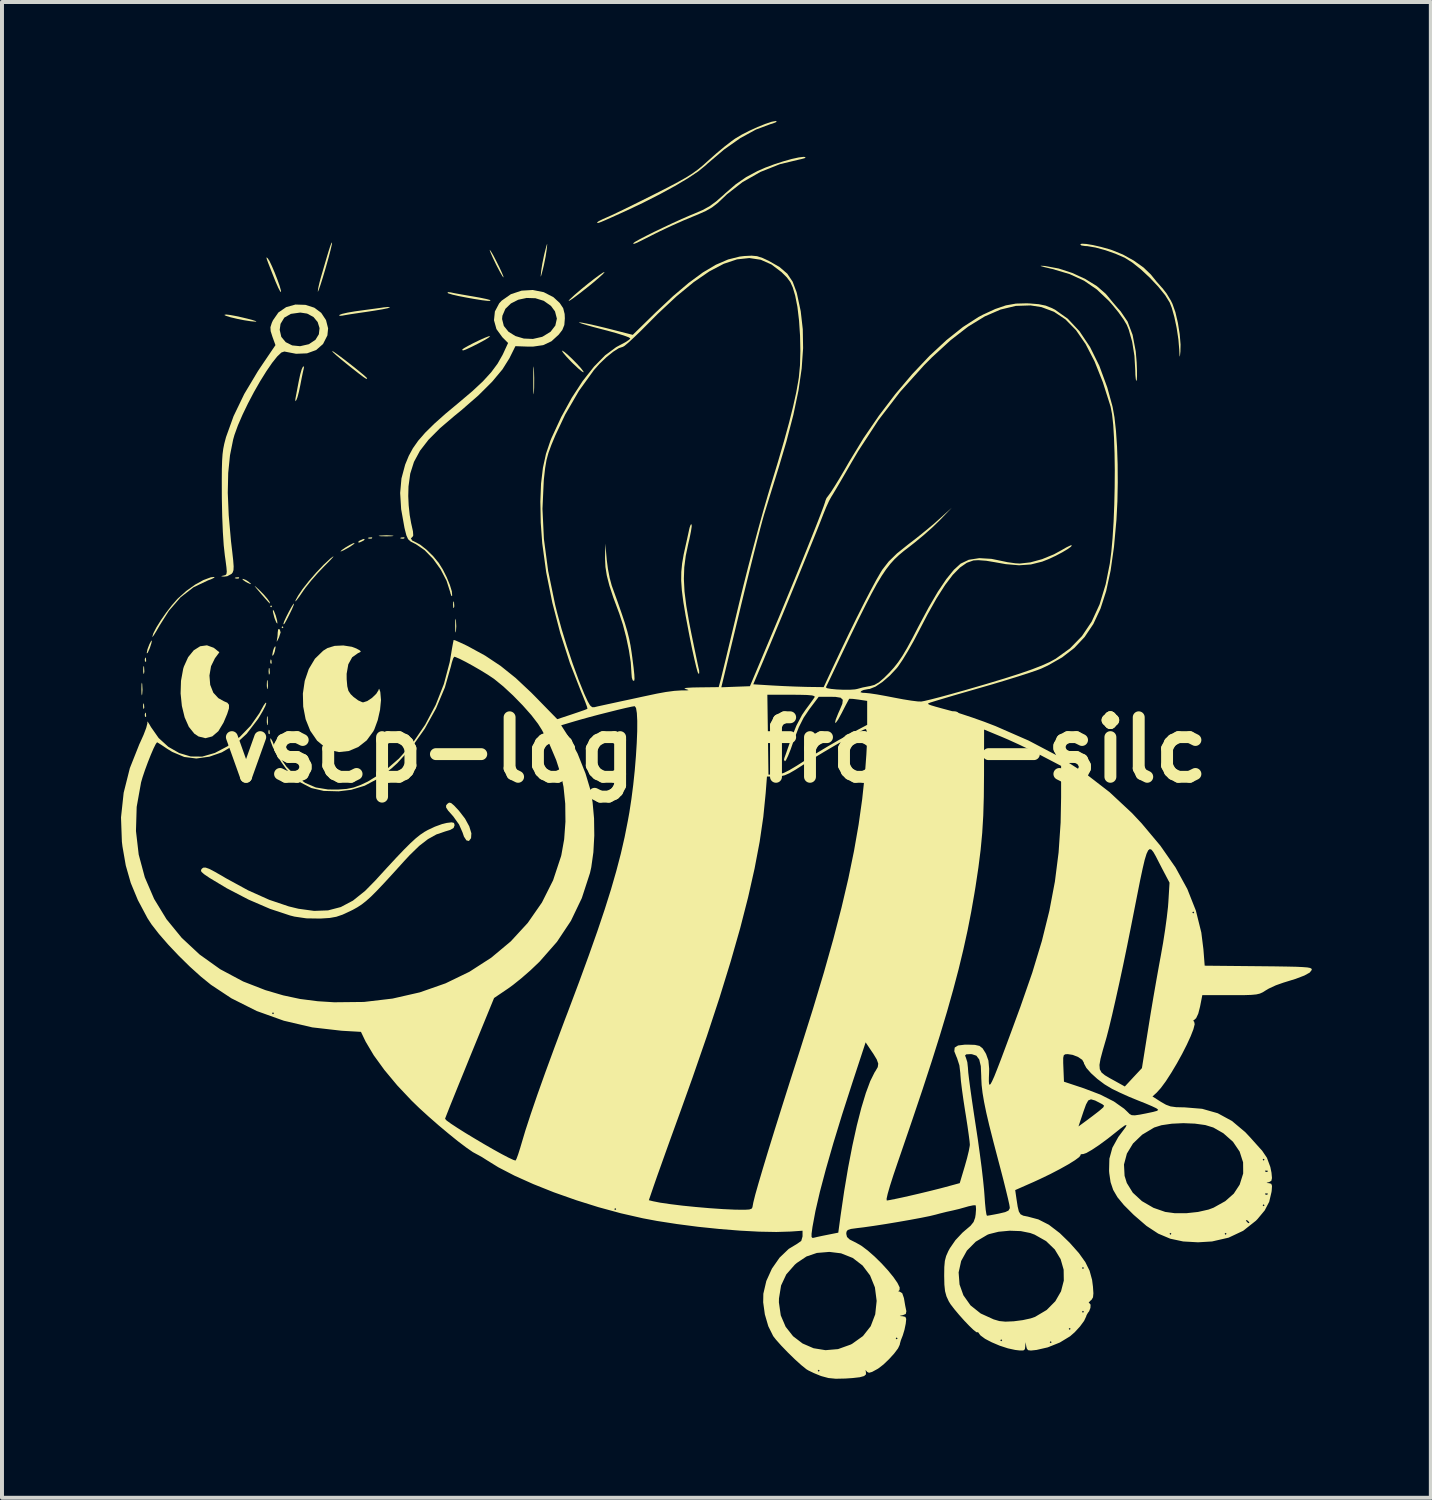
<source format=kicad_pcb>
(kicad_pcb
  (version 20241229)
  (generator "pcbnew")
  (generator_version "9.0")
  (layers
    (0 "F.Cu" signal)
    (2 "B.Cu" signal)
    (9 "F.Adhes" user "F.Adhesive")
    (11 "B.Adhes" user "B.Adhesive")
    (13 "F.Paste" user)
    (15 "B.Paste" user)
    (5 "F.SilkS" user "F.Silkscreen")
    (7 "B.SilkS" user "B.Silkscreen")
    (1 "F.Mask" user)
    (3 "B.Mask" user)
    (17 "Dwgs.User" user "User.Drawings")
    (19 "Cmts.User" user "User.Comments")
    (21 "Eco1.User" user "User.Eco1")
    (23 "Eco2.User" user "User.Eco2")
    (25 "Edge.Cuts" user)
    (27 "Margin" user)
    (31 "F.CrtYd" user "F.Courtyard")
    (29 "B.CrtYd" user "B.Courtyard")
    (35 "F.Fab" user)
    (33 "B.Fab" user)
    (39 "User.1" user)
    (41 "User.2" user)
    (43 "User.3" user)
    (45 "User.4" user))
  (footprint "vscp-logo-front-silc"
    (layer "F.Cu")
    (at 14.973 15.851)
    (property "Reference" "vscp-logo-front-silc" (at 0 0 0) (layer "F.SilkS") (effects (font (size 1.5 1.5) (thickness 0.3))))
    (attr board_only exclude_from_pos_files exclude_from_bom)
    (fp_poly (pts (xy -11.166 -3.618) (xy -11.19 -3.594) (xy -11.214 -3.618) (xy -11.19 -3.642)) (stroke (width 0) (type solid)) (fill yes) (layer "F.SilkS"))
    (fp_poly (pts (xy -10.879 -3.091) (xy -10.903 -3.067) (xy -10.927 -3.091) (xy -10.903 -3.115)) (stroke (width 0) (type solid)) (fill yes) (layer "F.SilkS"))
    (fp_poly (pts (xy -14.394 -1.162) (xy -14.387 -1.064) (xy -14.394 -1.042) (xy -14.411 -1.036) (xy -14.418 -1.102) (xy -14.41 -1.17)) (stroke (width 0) (type solid)) (fill yes) (layer "F.SilkS"))
    (fp_poly (pts (xy -14.345 -2.309) (xy -14.339 -2.234) (xy -14.348 -2.218) (xy -14.37 -2.232) (xy -14.374 -2.28) (xy -14.362 -2.332)) (stroke (width 0) (type solid)) (fill yes) (layer "F.SilkS"))
    (fp_poly (pts (xy -14.345 -0.92) (xy -14.339 -0.845) (xy -14.348 -0.828) (xy -14.37 -0.842) (xy -14.374 -0.891) (xy -14.362 -0.942)) (stroke (width 0) (type solid)) (fill yes) (layer "F.SilkS"))
    (fp_poly (pts (xy -11.994 -4.342) (xy -12.008 -4.32) (xy -12.057 -4.317) (xy -12.108 -4.329) (xy -12.086 -4.346) (xy -12.011 -4.352)) (stroke (width 0) (type solid)) (fill yes) (layer "F.SilkS"))
    (fp_poly (pts (xy -11.23 -0.488) (xy -11.224 -0.413) (xy -11.233 -0.396) (xy -11.255 -0.411) (xy -11.258 -0.459) (xy -11.247 -0.51)) (stroke (width 0) (type solid)) (fill yes) (layer "F.SilkS"))
    (fp_poly (pts (xy -11.182 -2.261) (xy -11.176 -2.187) (xy -11.185 -2.17) (xy -11.207 -2.184) (xy -11.211 -2.232) (xy -11.199 -2.284)) (stroke (width 0) (type solid)) (fill yes) (layer "F.SilkS"))
    (fp_poly (pts (xy -8.639 -5.349) (xy -8.654 -5.327) (xy -8.702 -5.323) (xy -8.753 -5.335) (xy -8.731 -5.352) (xy -8.656 -5.358)) (stroke (width 0) (type solid)) (fill yes) (layer "F.SilkS"))
    (fp_poly (pts (xy -7.825 -5.349) (xy -7.839 -5.327) (xy -7.888 -5.323) (xy -7.939 -5.335) (xy -7.917 -5.352) (xy -7.842 -5.358)) (stroke (width 0) (type solid)) (fill yes) (layer "F.SilkS"))
    (fp_poly (pts (xy -14.439 -1.665) (xy -14.431 -1.511) (xy -14.439 -1.402) (xy -14.449 -1.372) (xy -14.457 -1.426) (xy -14.459 -1.534) (xy -14.456 -1.652) (xy -14.448 -1.696)) (stroke (width 0) (type solid)) (fill yes) (layer "F.SilkS"))
    (fp_poly (pts (xy -14.392 -2.097) (xy -14.385 -1.975) (xy -14.392 -1.929) (xy -14.406 -1.914) (xy -14.414 -1.98) (xy -14.414 -2.013) (xy -14.409 -2.1) (xy -14.397 -2.11)) (stroke (width 0) (type solid)) (fill yes) (layer "F.SilkS"))
    (fp_poly (pts (xy -11.276 -1.737) (xy -11.269 -1.612) (xy -11.277 -1.545) (xy -11.29 -1.534) (xy -11.297 -1.603) (xy -11.298 -1.653) (xy -11.293 -1.746) (xy -11.283 -1.76)) (stroke (width 0) (type solid)) (fill yes) (layer "F.SilkS"))
    (fp_poly (pts (xy -11.276 -0.826) (xy -11.269 -0.701) (xy -11.277 -0.634) (xy -11.29 -0.623) (xy -11.297 -0.692) (xy -11.298 -0.743) (xy -11.293 -0.836) (xy -11.283 -0.85)) (stroke (width 0) (type solid)) (fill yes) (layer "F.SilkS"))
    (fp_poly (pts (xy -11.231 -2.056) (xy -11.229 -2.048) (xy -11.222 -1.943) (xy -11.231 -1.904) (xy -11.247 -1.902) (xy -11.253 -1.978) (xy -11.253 -1.989) (xy -11.246 -2.063)) (stroke (width 0) (type solid)) (fill yes) (layer "F.SilkS"))
    (fp_poly (pts (xy -11.077 -2.588) (xy -11.096 -2.485) (xy -11.118 -2.42) (xy -11.15 -2.368) (xy -11.16 -2.396) (xy -11.141 -2.499) (xy -11.118 -2.564) (xy -11.087 -2.616)) (stroke (width 0) (type solid)) (fill yes) (layer "F.SilkS"))
    (fp_poly (pts (xy -8.834 -5.298) (xy -8.866 -5.272) (xy -8.953 -5.231) (xy -8.986 -5.225) (xy -8.994 -5.245) (xy -8.962 -5.272) (xy -8.875 -5.312) (xy -8.842 -5.318)) (stroke (width 0) (type solid)) (fill yes) (layer "F.SilkS"))
    (fp_poly (pts (xy -6.583 -3.733) (xy -6.58 -3.725) (xy -6.573 -3.621) (xy -6.582 -3.581) (xy -6.598 -3.58) (xy -6.604 -3.655) (xy -6.604 -3.666) (xy -6.597 -3.741)) (stroke (width 0) (type solid)) (fill yes) (layer "F.SilkS"))
    (fp_poly (pts (xy -11.832 -4.286) (xy -11.763 -4.243) (xy -11.697 -4.186) (xy -11.709 -4.178) (xy -11.792 -4.216) (xy -11.837 -4.241) (xy -11.906 -4.289) (xy -11.908 -4.311) (xy -11.906 -4.312)) (stroke (width 0) (type solid)) (fill yes) (layer "F.SilkS"))
    (fp_poly (pts (xy -6.531 -3.271) (xy -6.531 -3.27) (xy -6.523 -3.114) (xy -6.531 -2.982) (xy -6.541 -2.956) (xy -6.548 -3.013) (xy -6.551 -3.139) (xy -6.548 -3.262) (xy -6.541 -3.309)) (stroke (width 0) (type solid)) (fill yes) (layer "F.SilkS"))
    (fp_poly (pts (xy -8.135 -5.402) (xy -8.099 -5.393) (xy -8.148 -5.386) (xy -8.271 -5.383) (xy -8.291 -5.383) (xy -8.423 -5.385) (xy -8.481 -5.392) (xy -8.456 -5.401) (xy -8.447 -5.402) (xy -8.279 -5.41)) (stroke (width 0) (type solid)) (fill yes) (layer "F.SilkS"))
    (fp_poly (pts (xy -14.206 -2.693) (xy -14.245 -2.572) (xy -14.258 -2.54) (xy -14.298 -2.451) (xy -14.321 -2.432) (xy -14.324 -2.444) (xy -14.306 -2.536) (xy -14.26 -2.658) (xy -14.259 -2.66) (xy -14.213 -2.748) (xy -14.195 -2.755)) (stroke (width 0) (type solid)) (fill yes) (layer "F.SilkS"))
    (fp_poly (pts (xy -11.12 -3.505) (xy -11.074 -3.39) (xy -11.071 -3.379) (xy -11.039 -3.262) (xy -11.031 -3.191) (xy -11.034 -3.184) (xy -11.059 -3.211) (xy -11.097 -3.303) (xy -11.109 -3.34) (xy -11.143 -3.474) (xy -11.145 -3.531)) (stroke (width 0) (type solid)) (fill yes) (layer "F.SilkS"))
    (fp_poly (pts (xy -10.975 -3.039) (xy -10.972 -3.036) (xy -10.95 -2.962) (xy -10.991 -2.835) (xy -10.997 -2.822) (xy -11.038 -2.741) (xy -11.051 -2.731) (xy -11.047 -2.748) (xy -11.028 -2.865) (xy -11.023 -2.961) (xy -11.011 -3.044)) (stroke (width 0) (type solid)) (fill yes) (layer "F.SilkS"))
    (fp_poly (pts (xy -9.109 -5.184) (xy -9.196 -5.124) (xy -9.253 -5.09) (xy -9.364 -5.03) (xy -9.432 -5.001) (xy -9.441 -5.003) (xy -9.405 -5.04) (xy -9.318 -5.1) (xy -9.213 -5.162) (xy -9.123 -5.207) (xy -9.082 -5.216)) (stroke (width 0) (type solid)) (fill yes) (layer "F.SilkS"))
    (fp_poly (pts (xy -10.62 -3.652) (xy -10.662 -3.551) (xy -10.716 -3.439) (xy -10.799 -3.275) (xy -10.849 -3.187) (xy -10.873 -3.161) (xy -10.879 -3.181) (xy -10.859 -3.242) (xy -10.809 -3.351) (xy -10.744 -3.479) (xy -10.679 -3.597) (xy -10.63 -3.675) (xy -10.614 -3.69)) (stroke (width 0) (type solid)) (fill yes) (layer "F.SilkS"))
    (fp_poly (pts (xy -4.567 -9.622) (xy -4.565 -9.595) (xy -4.559 -9.375) (xy -4.56 -9.14) (xy -4.565 -9.02) (xy -4.572 -8.96) (xy -4.577 -8.987) (xy -4.581 -9.094) (xy -4.582 -9.271) (xy -4.582 -9.321) (xy -4.581 -9.511) (xy -4.578 -9.629) (xy -4.573 -9.669)) (stroke (width 0) (type solid)) (fill yes) (layer "F.SilkS"))
    (fp_poly (pts (xy -11.592 -4.125) (xy -11.523 -4.063) (xy -11.483 -4.026) (xy -11.379 -3.92) (xy -11.289 -3.816) (xy -11.23 -3.734) (xy -11.218 -3.693) (xy -11.225 -3.692) (xy -11.26 -3.727) (xy -11.34 -3.816) (xy -11.448 -3.94) (xy -11.451 -3.944) (xy -11.558 -4.07) (xy -11.605 -4.129)) (stroke (width 0) (type solid)) (fill yes) (layer "F.SilkS"))
    (fp_poly (pts (xy -5.648 -12.565) (xy -5.589 -12.464) (xy -5.517 -12.326) (xy -5.442 -12.176) (xy -5.379 -12.04) (xy -5.338 -11.941) (xy -5.331 -11.906) (xy -5.358 -11.938) (xy -5.416 -12.037) (xy -5.494 -12.185) (xy -5.525 -12.246) (xy -5.603 -12.409) (xy -5.658 -12.533) (xy -5.681 -12.599) (xy -5.679 -12.604)) (stroke (width 0) (type solid)) (fill yes) (layer "F.SilkS"))
    (fp_poly (pts (xy -3.801 -10.033) (xy -3.707 -9.954) (xy -3.593 -9.846) (xy -3.477 -9.728) (xy -3.38 -9.621) (xy -3.321 -9.543) (xy -3.312 -9.515) (xy -3.354 -9.536) (xy -3.446 -9.612) (xy -3.569 -9.728) (xy -3.62 -9.778) (xy -3.742 -9.907) (xy -3.826 -10.006) (xy -3.859 -10.059) (xy -3.855 -10.064)) (stroke (width 0) (type solid)) (fill yes) (layer "F.SilkS"))
    (fp_poly (pts (xy -12.313 -10.973) (xy -12.223 -10.962) (xy -12.092 -10.938) (xy -11.94 -10.905) (xy -11.791 -10.87) (xy -11.663 -10.836) (xy -11.579 -10.809) (xy -11.56 -10.794) (xy -11.574 -10.793) (xy -11.697 -10.803) (xy -11.872 -10.83) (xy -12.025 -10.86) (xy -12.207 -10.903) (xy -12.325 -10.939) (xy -12.37 -10.963) (xy -12.331 -10.973)) (stroke (width 0) (type solid)) (fill yes) (layer "F.SilkS"))
    (fp_poly (pts (xy -5.697 -10.399) (xy -5.793 -10.338) (xy -5.938 -10.259) (xy -5.984 -10.235) (xy -6.17 -10.143) (xy -6.285 -10.09) (xy -6.347 -10.069) (xy -6.371 -10.075) (xy -6.374 -10.088) (xy -6.334 -10.121) (xy -6.232 -10.18) (xy -6.093 -10.252) (xy -5.942 -10.325) (xy -5.804 -10.387) (xy -5.705 -10.425) (xy -5.669 -10.43)) (stroke (width 0) (type solid)) (fill yes) (layer "F.SilkS"))
    (fp_poly (pts (xy -4.232 -12.727) (xy -4.243 -12.617) (xy -4.245 -12.604) (xy -4.272 -12.427) (xy -4.314 -12.222) (xy -4.337 -12.125) (xy -4.375 -11.98) (xy -4.393 -11.925) (xy -4.394 -11.954) (xy -4.383 -12.064) (xy -4.382 -12.077) (xy -4.354 -12.254) (xy -4.312 -12.46) (xy -4.289 -12.556) (xy -4.251 -12.701) (xy -4.233 -12.756)) (stroke (width 0) (type solid)) (fill yes) (layer "F.SilkS"))
    (fp_poly (pts (xy -10.368 -9.609) (xy -10.39 -9.513) (xy -10.422 -9.358) (xy -10.452 -9.202) (xy -10.488 -9.03) (xy -10.525 -8.89) (xy -10.553 -8.818) (xy -10.581 -8.788) (xy -10.578 -8.844) (xy -10.574 -8.866) (xy -10.553 -8.976) (xy -10.522 -9.141) (xy -10.492 -9.297) (xy -10.456 -9.464) (xy -10.418 -9.595) (xy -10.388 -9.657) (xy -10.359 -9.666)) (stroke (width 0) (type solid)) (fill yes) (layer "F.SilkS"))
    (fp_poly (pts (xy -11.279 -12.394) (xy -11.273 -12.388) (xy -11.23 -12.321) (xy -11.169 -12.192) (xy -11.099 -12.028) (xy -11.032 -11.855) (xy -10.976 -11.698) (xy -10.943 -11.582) (xy -10.939 -11.537) (xy -10.962 -11.557) (xy -11.01 -11.649) (xy -11.075 -11.797) (xy -11.113 -11.891) (xy -11.204 -12.121) (xy -11.264 -12.274) (xy -11.297 -12.365) (xy -11.307 -12.407) (xy -11.3 -12.412)) (stroke (width 0) (type solid)) (fill yes) (layer "F.SilkS"))
    (fp_poly (pts (xy -2.785 -12.042) (xy -2.828 -11.992) (xy -2.931 -11.898) (xy -3.077 -11.773) (xy -3.229 -11.65) (xy -3.418 -11.502) (xy -3.562 -11.394) (xy -3.656 -11.33) (xy -3.694 -11.314) (xy -3.669 -11.348) (xy -3.575 -11.436) (xy -3.537 -11.471) (xy -3.377 -11.608) (xy -3.211 -11.744) (xy -3.054 -11.867) (xy -2.92 -11.966) (xy -2.825 -12.03) (xy -2.785 -12.046)) (stroke (width 0) (type solid)) (fill yes) (layer "F.SilkS"))
    (fp_poly (pts (xy -9.615 -10.036) (xy -9.518 -9.968) (xy -9.383 -9.868) (xy -9.228 -9.749) (xy -9.072 -9.626) (xy -8.932 -9.512) (xy -8.826 -9.423) (xy -8.773 -9.371) (xy -8.77 -9.365) (xy -8.777 -9.351) (xy -8.805 -9.36) (xy -8.866 -9.4) (xy -8.972 -9.48) (xy -9.135 -9.608) (xy -9.24 -9.691) (xy -9.409 -9.828) (xy -9.544 -9.943) (xy -9.631 -10.024) (xy -9.656 -10.057)) (stroke (width 0) (type solid)) (fill yes) (layer "F.SilkS"))
    (fp_poly (pts (xy -6.661 -11.531) (xy -6.561 -11.51) (xy -6.395 -11.48) (xy -6.194 -11.445) (xy -6.116 -11.432) (xy -5.924 -11.398) (xy -5.771 -11.366) (xy -5.68 -11.342) (xy -5.664 -11.335) (xy -5.668 -11.318) (xy -5.734 -11.318) (xy -5.872 -11.334) (xy -6.09 -11.369) (xy -6.263 -11.4) (xy -6.459 -11.438) (xy -6.62 -11.475) (xy -6.721 -11.506) (xy -6.742 -11.518) (xy -6.733 -11.538)) (stroke (width 0) (type solid)) (fill yes) (layer "F.SilkS"))
    (fp_poly (pts (xy -9.654 -12.785) (xy -9.66 -12.735) (xy -9.689 -12.61) (xy -9.736 -12.427) (xy -9.799 -12.203) (xy -9.822 -12.122) (xy -9.889 -11.898) (xy -9.946 -11.718) (xy -9.988 -11.597) (xy -10.01 -11.549) (xy -10.013 -11.553) (xy -10.002 -11.639) (xy -9.97 -11.78) (xy -9.941 -11.889) (xy -9.849 -12.205) (xy -9.78 -12.44) (xy -9.73 -12.604) (xy -9.695 -12.71) (xy -9.673 -12.767) (xy -9.66 -12.787)) (stroke (width 0) (type solid)) (fill yes) (layer "F.SilkS"))
    (fp_poly (pts (xy -9.626 -4.862) (xy -9.695 -4.785) (xy -9.825 -4.653) (xy -9.83 -4.649) (xy -10.007 -4.464) (xy -10.18 -4.267) (xy -10.322 -4.089) (xy -10.376 -4.014) (xy -10.478 -3.864) (xy -10.548 -3.771) (xy -10.581 -3.74) (xy -10.57 -3.778) (xy -10.51 -3.887) (xy -10.398 -4.053) (xy -10.238 -4.256) (xy -10.053 -4.469) (xy -9.867 -4.665) (xy -9.704 -4.817) (xy -9.681 -4.836) (xy -9.62 -4.88)) (stroke (width 0) (type solid)) (fill yes) (layer "F.SilkS"))
    (fp_poly (pts (xy -6.653 1.339) (xy -6.579 1.401) (xy -6.462 1.526) (xy -6.454 1.535) (xy -6.302 1.732) (xy -6.195 1.928) (xy -6.142 2.102) (xy -6.15 2.225) (xy -6.204 2.296) (xy -6.267 2.281) (xy -6.329 2.186) (xy -6.364 2.083) (xy -6.453 1.88) (xy -6.601 1.673) (xy -6.622 1.65) (xy -6.73 1.528) (xy -6.779 1.451) (xy -6.779 1.399) (xy -6.749 1.361) (xy -6.704 1.329)) (stroke (width 0) (type solid)) (fill yes) (layer "F.SilkS"))
    (fp_poly (pts (xy -8.197 -11.157) (xy -8.198 -11.15) (xy -8.254 -11.132) (xy -8.384 -11.105) (xy -8.568 -11.074) (xy -8.749 -11.046) (xy -8.975 -11.013) (xy -9.176 -10.983) (xy -9.327 -10.958) (xy -9.393 -10.946) (xy -9.47 -10.939) (xy -9.465 -10.965) (xy -9.399 -10.99) (xy -9.261 -11.022) (xy -9.078 -11.053) (xy -8.986 -11.066) (xy -8.766 -11.096) (xy -8.558 -11.124) (xy -8.398 -11.146) (xy -8.363 -11.152) (xy -8.251 -11.163)) (stroke (width 0) (type solid)) (fill yes) (layer "F.SilkS"))
    (fp_poly (pts (xy -12.615 -4.345) (xy -12.68 -4.311) (xy -12.781 -4.272) (xy -13.144 -4.1) (xy -13.471 -3.846) (xy -13.766 -3.505) (xy -13.998 -3.139) (xy -14.084 -2.99) (xy -14.149 -2.886) (xy -14.183 -2.844) (xy -14.185 -2.847) (xy -14.157 -2.941) (xy -14.08 -3.089) (xy -13.968 -3.269) (xy -13.834 -3.461) (xy -13.692 -3.645) (xy -13.555 -3.801) (xy -13.534 -3.822) (xy -13.327 -4.007) (xy -13.106 -4.165) (xy -12.892 -4.283) (xy -12.708 -4.35) (xy -12.628 -4.359)) (stroke (width 0) (type solid)) (fill yes) (layer "F.SilkS"))
    (fp_poly (pts (xy -12.639 -2.575) (xy -12.602 -2.548) (xy -12.494 -2.46) (xy -12.606 -2.309) (xy -12.704 -2.109) (xy -12.744 -1.874) (xy -12.725 -1.64) (xy -12.647 -1.443) (xy -12.643 -1.438) (xy -12.519 -1.304) (xy -12.377 -1.225) (xy -12.377 -1.225) (xy -12.293 -1.189) (xy -12.251 -1.136) (xy -12.252 -1.047) (xy -12.297 -0.906) (xy -12.385 -0.697) (xy -12.39 -0.686) (xy -12.519 -0.472) (xy -12.673 -0.34) (xy -12.844 -0.295) (xy -13.021 -0.339) (xy -13.125 -0.409) (xy -13.263 -0.58) (xy -13.369 -0.82) (xy -13.439 -1.108) (xy -13.471 -1.423) (xy -13.461 -1.741) (xy -13.406 -2.043) (xy -13.388 -2.101) (xy -13.281 -2.337) (xy -13.14 -2.51) (xy -12.978 -2.612) (xy -12.807 -2.636)) (stroke (width 0) (type solid)) (fill yes) (layer "F.SilkS"))
    (fp_poly (pts (xy -2.73 -4.792) (xy -2.7 -4.562) (xy -2.655 -4.33) (xy -2.604 -4.141) (xy -2.597 -4.122) (xy -2.461 -3.745) (xy -2.355 -3.442) (xy -2.273 -3.196) (xy -2.212 -2.989) (xy -2.166 -2.806) (xy -2.131 -2.631) (xy -2.102 -2.445) (xy -2.086 -2.329) (xy -2.053 -2.07) (xy -2.035 -1.895) (xy -2.03 -1.79) (xy -2.038 -1.743) (xy -2.06 -1.743) (xy -2.077 -1.757) (xy -2.098 -1.822) (xy -2.108 -1.941) (xy -2.109 -1.964) (xy -2.125 -2.208) (xy -2.171 -2.508) (xy -2.239 -2.835) (xy -2.323 -3.157) (xy -2.416 -3.441) (xy -2.429 -3.475) (xy -2.565 -3.841) (xy -2.663 -4.14) (xy -2.728 -4.39) (xy -2.763 -4.611) (xy -2.773 -4.82) (xy -2.773 -4.863) (xy -2.766 -5.2)) (stroke (width 0) (type solid)) (fill yes) (layer "F.SilkS"))
    (fp_poly (pts (xy -0.589 -5.631) (xy -0.608 -5.504) (xy -0.644 -5.326) (xy -0.676 -5.19) (xy -0.739 -4.889) (xy -0.776 -4.602) (xy -0.786 -4.31) (xy -0.77 -3.993) (xy -0.725 -3.633) (xy -0.652 -3.21) (xy -0.605 -2.971) (xy -0.547 -2.687) (xy -0.494 -2.432) (xy -0.45 -2.221) (xy -0.418 -2.072) (xy -0.401 -2.001) (xy -0.399 -1.931) (xy -0.418 -1.917) (xy -0.439 -1.962) (xy -0.474 -2.088) (xy -0.52 -2.281) (xy -0.575 -2.528) (xy -0.634 -2.816) (xy -0.662 -2.959) (xy -0.742 -3.383) (xy -0.8 -3.731) (xy -0.837 -4.019) (xy -0.854 -4.266) (xy -0.851 -4.487) (xy -0.83 -4.7) (xy -0.792 -4.922) (xy -0.764 -5.05) (xy -0.718 -5.256) (xy -0.678 -5.438) (xy -0.65 -5.567) (xy -0.642 -5.601) (xy -0.615 -5.676) (xy -0.59 -5.686)) (stroke (width 0) (type solid)) (fill yes) (layer "F.SilkS"))
    (fp_poly (pts (xy 8.282 -12.199) (xy 8.327 -12.195) (xy 8.661 -12.133) (xy 9.004 -12.021) (xy 9.332 -11.869) (xy 9.621 -11.691) (xy 9.846 -11.496) (xy 9.903 -11.429) (xy 10.02 -11.286) (xy 10.159 -11.124) (xy 10.222 -11.054) (xy 10.397 -10.797) (xy 10.524 -10.461) (xy 10.603 -10.046) (xy 10.627 -9.765) (xy 10.635 -9.566) (xy 10.635 -9.41) (xy 10.629 -9.316) (xy 10.622 -9.297) (xy 10.605 -9.341) (xy 10.594 -9.453) (xy 10.591 -9.573) (xy 10.57 -9.934) (xy 10.514 -10.284) (xy 10.427 -10.591) (xy 10.378 -10.711) (xy 10.295 -10.851) (xy 10.166 -11.031) (xy 10.011 -11.221) (xy 9.922 -11.321) (xy 9.621 -11.606) (xy 9.3 -11.826) (xy 8.935 -11.993) (xy 8.503 -12.121) (xy 8.483 -12.125) (xy 8.303 -12.168) (xy 8.213 -12.194) (xy 8.208 -12.203)) (stroke (width 0) (type solid)) (fill yes) (layer "F.SilkS"))
    (fp_poly (pts (xy 9.359 -12.752) (xy 9.526 -12.724) (xy 9.726 -12.678) (xy 9.939 -12.619) (xy 10.001 -12.599) (xy 10.279 -12.486) (xy 10.554 -12.333) (xy 10.798 -12.16) (xy 10.982 -11.984) (xy 11.005 -11.956) (xy 11.125 -11.807) (xy 11.253 -11.662) (xy 11.281 -11.632) (xy 11.383 -11.5) (xy 11.486 -11.329) (xy 11.529 -11.242) (xy 11.603 -11.032) (xy 11.665 -10.766) (xy 11.711 -10.482) (xy 11.733 -10.217) (xy 11.729 -10.04) (xy 11.718 -9.934) (xy 11.71 -9.911) (xy 11.705 -9.975) (xy 11.7 -10.088) (xy 11.678 -10.349) (xy 11.635 -10.633) (xy 11.577 -10.907) (xy 11.512 -11.141) (xy 11.459 -11.275) (xy 11.344 -11.461) (xy 11.169 -11.677) (xy 10.958 -11.901) (xy 10.732 -12.112) (xy 10.512 -12.287) (xy 10.324 -12.405) (xy 10.091 -12.506) (xy 9.837 -12.595) (xy 9.591 -12.662) (xy 9.387 -12.697) (xy 9.326 -12.7) (xy 9.234 -12.714) (xy 9.202 -12.741) (xy 9.244 -12.759)) (stroke (width 0) (type solid)) (fill yes) (layer "F.SilkS"))
    (fp_poly (pts (xy -9.156 -2.599) (xy -9.044 -2.557) (xy -8.948 -2.504) (xy -8.929 -2.473) (xy -8.981 -2.446) (xy -8.999 -2.439) (xy -9.146 -2.335) (xy -9.244 -2.158) (xy -9.286 -1.918) (xy -9.285 -1.779) (xy -9.27 -1.603) (xy -9.241 -1.489) (xy -9.184 -1.404) (xy -9.114 -1.336) (xy -8.997 -1.249) (xy -8.893 -1.202) (xy -8.869 -1.198) (xy -8.766 -1.231) (xy -8.646 -1.311) (xy -8.54 -1.413) (xy -8.481 -1.507) (xy -8.478 -1.526) (xy -8.466 -1.541) (xy -8.442 -1.476) (xy -8.437 -1.455) (xy -8.42 -1.256) (xy -8.444 -1.009) (xy -8.502 -0.751) (xy -8.587 -0.519) (xy -8.615 -0.465) (xy -8.781 -0.239) (xy -8.994 -0.072) (xy -9.232 0.028) (xy -9.479 0.055) (xy -9.716 0.002) (xy -9.804 -0.042) (xy -10.031 -0.233) (xy -10.203 -0.482) (xy -10.32 -0.774) (xy -10.381 -1.092) (xy -10.389 -1.42) (xy -10.342 -1.741) (xy -10.24 -2.039) (xy -10.085 -2.298) (xy -9.877 -2.5) (xy -9.767 -2.568) (xy -9.588 -2.622) (xy -9.369 -2.632)) (stroke (width 0) (type solid)) (fill yes) (layer "F.SilkS"))
    (fp_poly (pts (xy 2.284 -14.937) (xy 2.259 -14.914) (xy 2.166 -14.889) (xy 2.126 -14.881) (xy 1.631 -14.762) (xy 1.145 -14.568) (xy 0.693 -14.311) (xy 0.299 -14.004) (xy 0.219 -13.927) (xy 0.065 -13.782) (xy -0.075 -13.674) (xy -0.233 -13.583) (xy -0.438 -13.492) (xy -0.549 -13.447) (xy -0.803 -13.341) (xy -1.097 -13.21) (xy -1.384 -13.075) (xy -1.527 -13.004) (xy -1.748 -12.892) (xy -1.898 -12.817) (xy -1.99 -12.774) (xy -2.039 -12.756) (xy -2.058 -12.757) (xy -2.061 -12.771) (xy -2.061 -12.772) (xy -2.02 -12.803) (xy -1.907 -12.867) (xy -1.74 -12.954) (xy -1.534 -13.057) (xy -1.304 -13.167) (xy -1.069 -13.278) (xy -0.842 -13.381) (xy -0.642 -13.468) (xy -0.527 -13.515) (xy -0.314 -13.607) (xy -0.14 -13.702) (xy 0.027 -13.824) (xy 0.219 -13.992) (xy 0.257 -14.028) (xy 0.524 -14.258) (xy 0.784 -14.437) (xy 1.072 -14.591) (xy 1.269 -14.677) (xy 1.491 -14.76) (xy 1.719 -14.834) (xy 1.932 -14.894) (xy 2.11 -14.933) (xy 2.236 -14.948)) (stroke (width 0) (type solid)) (fill yes) (layer "F.SilkS"))
    (fp_poly (pts (xy 1.55 -15.848) (xy 1.542 -15.826) (xy 1.461 -15.791) (xy 1.39 -15.77) (xy 1.029 -15.635) (xy 0.638 -15.421) (xy 0.23 -15.134) (xy -0.185 -14.782) (xy -0.24 -14.731) (xy -0.423 -14.582) (xy -0.685 -14.407) (xy -1.013 -14.212) (xy -1.396 -14.003) (xy -1.821 -13.787) (xy -2.278 -13.571) (xy -2.351 -13.538) (xy -2.595 -13.428) (xy -2.765 -13.352) (xy -2.874 -13.306) (xy -2.936 -13.284) (xy -2.964 -13.282) (xy -2.971 -13.293) (xy -2.971 -13.298) (xy -2.931 -13.327) (xy -2.827 -13.379) (xy -2.72 -13.426) (xy -2.602 -13.479) (xy -2.416 -13.567) (xy -2.177 -13.683) (xy -1.904 -13.818) (xy -1.611 -13.964) (xy -1.512 -14.014) (xy -1.187 -14.179) (xy -0.933 -14.314) (xy -0.733 -14.426) (xy -0.572 -14.528) (xy -0.433 -14.628) (xy -0.302 -14.736) (xy -0.165 -14.859) (xy 0.03 -15.032) (xy 0.234 -15.203) (xy 0.418 -15.345) (xy 0.506 -15.408) (xy 0.67 -15.506) (xy 0.866 -15.606) (xy 1.072 -15.7) (xy 1.266 -15.778) (xy 1.426 -15.832) (xy 1.531 -15.851)) (stroke (width 0) (type solid)) (fill yes) (layer "F.SilkS"))
    (fp_poly (pts (xy -6.581 1.84) (xy -6.566 1.89) (xy -6.566 1.902) (xy -6.59 1.967) (xy -6.675 2.017) (xy -6.801 2.055) (xy -7.024 2.131) (xy -7.236 2.249) (xy -7.456 2.419) (xy -7.698 2.654) (xy -7.837 2.804) (xy -8.116 3.112) (xy -8.342 3.358) (xy -8.524 3.55) (xy -8.672 3.698) (xy -8.797 3.81) (xy -8.908 3.897) (xy -9.014 3.966) (xy -9.127 4.029) (xy -9.192 4.061) (xy -9.387 4.152) (xy -9.546 4.206) (xy -9.713 4.236) (xy -9.928 4.25) (xy -9.961 4.251) (xy -10.3 4.246) (xy -10.6 4.202) (xy -10.711 4.174) (xy -11.216 4.007) (xy -11.756 3.774) (xy -12.31 3.486) (xy -12.739 3.228) (xy -12.878 3.134) (xy -12.947 3.073) (xy -12.958 3.028) (xy -12.931 2.99) (xy -12.893 2.966) (xy -12.838 2.967) (xy -12.751 2.998) (xy -12.618 3.067) (xy -12.425 3.177) (xy -12.326 3.236) (xy -11.769 3.54) (xy -11.238 3.778) (xy -10.744 3.945) (xy -10.5 4.004) (xy -10.105 4.058) (xy -9.754 4.045) (xy -9.433 3.961) (xy -9.127 3.799) (xy -8.822 3.555) (xy -8.568 3.297) (xy -8.272 2.973) (xy -8.031 2.713) (xy -7.835 2.508) (xy -7.675 2.349) (xy -7.543 2.228) (xy -7.429 2.137) (xy -7.325 2.067) (xy -7.242 2.02) (xy -7.061 1.935) (xy -6.877 1.868) (xy -6.766 1.841) (xy -6.64 1.826)) (stroke (width 0) (type solid)) (fill yes) (layer "F.SilkS"))
    (fp_poly (pts (xy -10.323 -11.217) (xy -10.102 -11.146) (xy -9.927 -11.016) (xy -9.806 -10.833) (xy -9.753 -10.625) (xy -9.771 -10.447) (xy -9.881 -10.23) (xy -10.055 -10.078) (xy -10.284 -9.995) (xy -10.561 -9.984) (xy -10.856 -10.041) (xy -10.931 -10.016) (xy -11.036 -9.916) (xy -11.166 -9.753) (xy -11.311 -9.541) (xy -11.466 -9.292) (xy -11.622 -9.019) (xy -11.772 -8.734) (xy -11.909 -8.45) (xy -12.026 -8.18) (xy -12.114 -7.937) (xy -12.146 -7.824) (xy -12.226 -7.426) (xy -12.271 -6.981) (xy -12.282 -6.479) (xy -12.258 -5.91) (xy -12.201 -5.264) (xy -12.17 -5) (xy -12.145 -4.775) (xy -12.134 -4.625) (xy -12.138 -4.531) (xy -12.158 -4.472) (xy -12.186 -4.437) (xy -12.294 -4.378) (xy -12.373 -4.368) (xy -12.447 -4.374) (xy -12.427 -4.385) (xy -12.385 -4.394) (xy -12.341 -4.406) (xy -12.316 -4.433) (xy -12.307 -4.493) (xy -12.316 -4.603) (xy -12.339 -4.782) (xy -12.356 -4.902) (xy -12.384 -5.157) (xy -12.406 -5.489) (xy -12.422 -5.88) (xy -12.431 -6.311) (xy -12.432 -6.446) (xy -12.433 -6.799) (xy -12.431 -7.073) (xy -12.425 -7.284) (xy -12.414 -7.45) (xy -12.396 -7.588) (xy -12.371 -7.713) (xy -12.337 -7.843) (xy -12.326 -7.884) (xy -12.136 -8.412) (xy -11.867 -8.97) (xy -11.524 -9.544) (xy -11.443 -9.666) (xy -11.08 -10.202) (xy -11.157 -10.415) (xy -11.201 -10.554) (xy -11.203 -10.587) (xy -10.973 -10.587) (xy -10.933 -10.41) (xy -10.822 -10.277) (xy -10.658 -10.195) (xy -10.459 -10.175) (xy -10.244 -10.224) (xy -10.234 -10.228) (xy -10.073 -10.335) (xy -9.986 -10.476) (xy -9.969 -10.631) (xy -10.016 -10.783) (xy -10.122 -10.911) (xy -10.282 -10.997) (xy -10.454 -11.023) (xy -10.691 -10.99) (xy -10.857 -10.895) (xy -10.952 -10.738) (xy -10.973 -10.587) (xy -11.203 -10.587) (xy -11.207 -10.653) (xy -11.173 -10.762) (xy -11.144 -10.826) (xy -11.007 -11.024) (xy -10.811 -11.159) (xy -10.577 -11.225)) (stroke (width 0) (type solid)) (fill yes) (layer "F.SilkS"))
    (fp_poly (pts (xy -4.319 -11.537) (xy -4.073 -11.41) (xy -3.916 -11.265) (xy -3.828 -11.133) (xy -3.791 -10.987) (xy -3.786 -10.877) (xy -3.799 -10.71) (xy -3.85 -10.584) (xy -3.941 -10.466) (xy -4.124 -10.299) (xy -4.331 -10.202) (xy -4.586 -10.165) (xy -4.726 -10.165) (xy -5.032 -10.176) (xy -5.184 -9.87) (xy -5.358 -9.592) (xy -5.618 -9.281) (xy -5.964 -8.936) (xy -6.399 -8.557) (xy -6.566 -8.421) (xy -6.934 -8.107) (xy -7.223 -7.817) (xy -7.438 -7.539) (xy -7.589 -7.259) (xy -7.683 -6.963) (xy -7.727 -6.639) (xy -7.733 -6.398) (xy -7.722 -6.159) (xy -7.696 -5.916) (xy -7.66 -5.713) (xy -7.652 -5.679) (xy -7.615 -5.511) (xy -7.607 -5.405) (xy -7.621 -5.376) (xy -7.667 -5.331) (xy -7.633 -5.277) (xy -7.576 -5.249) (xy -7.437 -5.176) (xy -7.271 -5.046) (xy -7.103 -4.881) (xy -6.963 -4.71) (xy -6.859 -4.542) (xy -6.763 -4.35) (xy -6.685 -4.16) (xy -6.635 -3.997) (xy -6.626 -3.889) (xy -6.626 -3.886) (xy -6.644 -3.876) (xy -6.669 -3.945) (xy -6.676 -3.978) (xy -6.767 -4.262) (xy -6.916 -4.548) (xy -7.106 -4.813) (xy -7.32 -5.033) (xy -7.541 -5.185) (xy -7.569 -5.199) (xy -7.672 -5.251) (xy -7.737 -5.311) (xy -7.78 -5.406) (xy -7.82 -5.562) (xy -7.829 -5.601) (xy -7.912 -6.067) (xy -7.937 -6.475) (xy -7.904 -6.843) (xy -7.811 -7.19) (xy -7.72 -7.411) (xy -7.617 -7.601) (xy -7.483 -7.792) (xy -7.307 -7.994) (xy -7.08 -8.218) (xy -6.793 -8.474) (xy -6.457 -8.754) (xy -6.118 -9.041) (xy -5.85 -9.291) (xy -5.642 -9.519) (xy -5.481 -9.736) (xy -5.356 -9.956) (xy -5.333 -10.004) (xy -5.217 -10.256) (xy -5.362 -10.402) (xy -5.51 -10.606) (xy -5.572 -10.829) (xy -5.569 -10.86) (xy -5.368 -10.86) (xy -5.324 -10.685) (xy -5.206 -10.539) (xy -5.032 -10.431) (xy -4.821 -10.368) (xy -4.591 -10.358) (xy -4.363 -10.41) (xy -4.344 -10.418) (xy -4.146 -10.539) (xy -4.026 -10.695) (xy -3.987 -10.871) (xy -4.034 -11.052) (xy -4.136 -11.191) (xy -4.318 -11.319) (xy -4.528 -11.384) (xy -4.749 -11.391) (xy -4.961 -11.346) (xy -5.146 -11.252) (xy -5.285 -11.117) (xy -5.36 -10.943) (xy -5.368 -10.86) (xy -5.569 -10.86) (xy -5.549 -11.051) (xy -5.441 -11.255) (xy -5.38 -11.322) (xy -5.146 -11.486) (xy -4.877 -11.575) (xy -4.595 -11.592)) (stroke (width 0) (type solid)) (fill yes) (layer "F.SilkS"))
    (fp_poly (pts (xy 1.06 -12.444) (xy 1.199 -12.398) (xy 1.354 -12.326) (xy 1.625 -12.171) (xy 1.82 -12.003) (xy 1.956 -11.8) (xy 2.053 -11.541) (xy 2.065 -11.497) (xy 2.159 -11.057) (xy 2.211 -10.603) (xy 2.219 -10.124) (xy 2.183 -9.612) (xy 2.102 -9.056) (xy 1.974 -8.446) (xy 1.799 -7.773) (xy 1.604 -7.117) (xy 1.512 -6.822) (xy 1.417 -6.516) (xy 1.328 -6.229) (xy 1.255 -5.993) (xy 1.239 -5.943) (xy 1.197 -5.796) (xy 1.136 -5.568) (xy 1.06 -5.273) (xy 0.971 -4.924) (xy 0.873 -4.532) (xy 0.769 -4.112) (xy 0.663 -3.676) (xy 0.629 -3.533) (xy 0.158 -1.578) (xy 0.519 -1.592) (xy 0.879 -1.605) (xy 0.899 -1.653) (xy 0.963 -1.653) (xy 1.452 -1.623) (xy 1.718 -1.609) (xy 2.005 -1.597) (xy 2.263 -1.589) (xy 2.34 -1.587) (xy 2.738 -1.582) (xy 2.955 -2.049) (xy 3.165 -2.495) (xy 3.372 -2.927) (xy 3.571 -3.333) (xy 3.757 -3.703) (xy 3.924 -4.024) (xy 4.065 -4.287) (xy 4.176 -4.478) (xy 4.216 -4.542) (xy 4.377 -4.749) (xy 4.584 -4.951) (xy 4.857 -5.17) (xy 5.08 -5.342) (xy 5.318 -5.534) (xy 5.535 -5.715) (xy 5.631 -5.801) (xy 5.967 -6.104) (xy 5.655 -5.78) (xy 5.479 -5.609) (xy 5.258 -5.413) (xy 5.027 -5.222) (xy 4.897 -5.12) (xy 4.76 -5.015) (xy 4.638 -4.913) (xy 4.525 -4.807) (xy 4.418 -4.689) (xy 4.311 -4.551) (xy 4.2 -4.386) (xy 4.079 -4.186) (xy 3.946 -3.943) (xy 3.794 -3.649) (xy 3.618 -3.297) (xy 3.415 -2.879) (xy 3.18 -2.387) (xy 2.991 -1.989) (xy 2.908 -1.814) (xy 2.84 -1.674) (xy 2.799 -1.59) (xy 2.792 -1.577) (xy 2.823 -1.555) (xy 2.924 -1.537) (xy 3.071 -1.523) (xy 3.236 -1.516) (xy 3.396 -1.516) (xy 3.525 -1.525) (xy 3.579 -1.535) (xy 3.72 -1.573) (xy 3.884 -1.605) (xy 3.904 -1.608) (xy 4.016 -1.638) (xy 4.127 -1.701) (xy 4.257 -1.812) (xy 4.39 -1.944) (xy 4.507 -2.073) (xy 4.614 -2.209) (xy 4.722 -2.369) (xy 4.841 -2.57) (xy 4.981 -2.828) (xy 5.123 -3.103) (xy 5.383 -3.59) (xy 5.617 -3.99) (xy 5.829 -4.305) (xy 6.019 -4.539) (xy 6.189 -4.694) (xy 6.395 -4.792) (xy 6.661 -4.833) (xy 6.967 -4.815) (xy 7.172 -4.773) (xy 7.371 -4.731) (xy 7.571 -4.703) (xy 7.683 -4.697) (xy 7.945 -4.726) (xy 8.243 -4.807) (xy 8.54 -4.929) (xy 8.724 -5.029) (xy 8.858 -5.106) (xy 8.956 -5.153) (xy 8.993 -5.16) (xy 8.973 -5.123) (xy 8.884 -5.059) (xy 8.748 -4.978) (xy 8.585 -4.892) (xy 8.415 -4.812) (xy 8.258 -4.75) (xy 8.245 -4.745) (xy 7.961 -4.674) (xy 7.663 -4.653) (xy 7.326 -4.682) (xy 7.068 -4.728) (xy 6.836 -4.767) (xy 6.635 -4.782) (xy 6.513 -4.775) (xy 6.345 -4.716) (xy 6.173 -4.596) (xy 5.992 -4.412) (xy 5.798 -4.156) (xy 5.586 -3.825) (xy 5.354 -3.412) (xy 5.137 -2.995) (xy 5.002 -2.738) (xy 4.861 -2.489) (xy 4.727 -2.27) (xy 4.616 -2.107) (xy 4.583 -2.064) (xy 4.404 -1.872) (xy 4.217 -1.711) (xy 4.042 -1.594) (xy 3.897 -1.536) (xy 3.863 -1.533) (xy 3.744 -1.51) (xy 3.69 -1.486) (xy 3.664 -1.454) (xy 3.719 -1.439) (xy 3.786 -1.436) (xy 3.9 -1.425) (xy 4.082 -1.398) (xy 4.304 -1.358) (xy 4.505 -1.319) (xy 4.738 -1.275) (xy 4.949 -1.241) (xy 5.114 -1.221) (xy 5.2 -1.219) (xy 5.289 -1.236) (xy 5.453 -1.275) (xy 5.677 -1.333) (xy 5.944 -1.406) (xy 6.237 -1.488) (xy 6.302 -1.506) (xy 6.841 -1.663) (xy 7.295 -1.8) (xy 7.673 -1.921) (xy 7.983 -2.028) (xy 8.233 -2.125) (xy 8.432 -2.214) (xy 8.587 -2.299) (xy 8.945 -2.557) (xy 9.246 -2.866) (xy 9.493 -3.234) (xy 9.692 -3.668) (xy 9.846 -4.177) (xy 9.949 -4.693) (xy 9.988 -4.993) (xy 10.02 -5.351) (xy 10.045 -5.752) (xy 10.062 -6.18) (xy 10.072 -6.619) (xy 10.075 -7.055) (xy 10.069 -7.472) (xy 10.056 -7.855) (xy 10.036 -8.189) (xy 10.007 -8.458) (xy 9.97 -8.648) (xy 9.97 -8.65) (xy 9.774 -9.267) (xy 9.565 -9.792) (xy 9.34 -10.228) (xy 9.097 -10.58) (xy 8.832 -10.85) (xy 8.544 -11.042) (xy 8.228 -11.16) (xy 7.952 -11.203) (xy 7.58 -11.191) (xy 7.197 -11.099) (xy 6.798 -10.926) (xy 6.379 -10.669) (xy 5.938 -10.327) (xy 5.47 -9.898) (xy 5.27 -9.697) (xy 4.666 -9.026) (xy 4.117 -8.311) (xy 3.608 -7.531) (xy 3.442 -7.25) (xy 3.297 -6.999) (xy 3.163 -6.769) (xy 3.05 -6.577) (xy 2.967 -6.438) (xy 2.927 -6.374) (xy 2.871 -6.271) (xy 2.798 -6.111) (xy 2.722 -5.924) (xy 2.711 -5.895) (xy 2.651 -5.741) (xy 2.56 -5.512) (xy 2.443 -5.222) (xy 2.306 -4.885) (xy 2.155 -4.514) (xy 1.995 -4.123) (xy 1.832 -3.726) (xy 1.671 -3.336) (xy 1.517 -2.967) (xy 1.378 -2.633) (xy 1.257 -2.347) (xy 1.228 -2.276) (xy 0.963 -1.653) (xy 0.899 -1.653) (xy 1.423 -2.899) (xy 1.612 -3.35) (xy 1.798 -3.8) (xy 1.979 -4.238) (xy 2.15 -4.657) (xy 2.308 -5.048) (xy 2.449 -5.4) (xy 2.57 -5.705) (xy 2.667 -5.955) (xy 2.736 -6.139) (xy 2.774 -6.25) (xy 2.78 -6.276) (xy 2.81 -6.349) (xy 2.868 -6.425) (xy 2.92 -6.497) (xy 3.009 -6.636) (xy 3.127 -6.828) (xy 3.262 -7.057) (xy 3.383 -7.267) (xy 3.742 -7.857) (xy 4.132 -8.427) (xy 4.545 -8.97) (xy 4.972 -9.474) (xy 5.404 -9.93) (xy 5.832 -10.328) (xy 6.247 -10.658) (xy 6.64 -10.911) (xy 6.752 -10.97) (xy 7.063 -11.113) (xy 7.33 -11.204) (xy 7.584 -11.249) (xy 7.856 -11.256) (xy 7.926 -11.253) (xy 8.157 -11.234) (xy 8.333 -11.198) (xy 8.491 -11.135) (xy 8.571 -11.094) (xy 8.89 -10.868) (xy 9.184 -10.554) (xy 9.45 -10.157) (xy 9.685 -9.682) (xy 9.886 -9.135) (xy 10.019 -8.65) (xy 10.067 -8.384) (xy 10.105 -8.042) (xy 10.132 -7.64) (xy 10.147 -7.198) (xy 10.15 -6.735) (xy 10.141 -6.268) (xy 10.118 -5.816) (xy 10.117 -5.799) (xy 10.055 -5.117) (xy 9.97 -4.52) (xy 9.858 -4.003) (xy 9.714 -3.557) (xy 9.535 -3.174) (xy 9.316 -2.847) (xy 9.055 -2.569) (xy 8.747 -2.331) (xy 8.389 -2.127) (xy 8.217 -2.047) (xy 8.092 -2) (xy 7.891 -1.932) (xy 7.629 -1.848) (xy 7.322 -1.753) (xy 6.986 -1.652) (xy 6.663 -1.559) (xy 6.331 -1.463) (xy 6.03 -1.376) (xy 5.772 -1.299) (xy 5.569 -1.238) (xy 5.433 -1.196) (xy 5.377 -1.175) (xy 5.376 -1.175) (xy 5.37 -1.161) (xy 5.388 -1.145) (xy 5.446 -1.123) (xy 5.556 -1.09) (xy 5.733 -1.041) (xy 5.964 -0.979) (xy 6.197 -0.911) (xy 6.483 -0.816) (xy 6.785 -0.709) (xy 7.068 -0.6) (xy 7.075 -0.597) (xy 7.905 -0.234) (xy 8.652 0.159) (xy 9.328 0.59) (xy 9.942 1.064) (xy 10.506 1.59) (xy 10.751 1.851) (xy 11.224 2.415) (xy 11.607 2.965) (xy 11.904 3.508) (xy 12.119 4.051) (xy 12.256 4.603) (xy 12.309 5.027) (xy 12.341 5.439) (xy 13.698 5.452) (xy 14.095 5.456) (xy 14.406 5.461) (xy 14.642 5.466) (xy 14.812 5.474) (xy 14.927 5.483) (xy 14.996 5.496) (xy 15.031 5.513) (xy 15.04 5.535) (xy 15.039 5.547) (xy 14.988 5.613) (xy 14.854 5.687) (xy 14.634 5.771) (xy 14.323 5.867) (xy 14.323 5.867) (xy 14.136 5.933) (xy 13.957 6.016) (xy 13.878 6.063) (xy 13.805 6.109) (xy 13.732 6.142) (xy 13.643 6.163) (xy 13.518 6.175) (xy 13.339 6.181) (xy 13.088 6.182) (xy 12.992 6.182) (xy 12.281 6.182) (xy 12.224 6.472) (xy 12.179 6.648) (xy 12.126 6.761) (xy 12.094 6.791) (xy 12.051 6.826) (xy 12.076 6.852) (xy 12.089 6.914) (xy 12.057 7.04) (xy 11.988 7.217) (xy 11.89 7.431) (xy 11.771 7.665) (xy 11.638 7.906) (xy 11.499 8.139) (xy 11.363 8.35) (xy 11.236 8.522) (xy 11.127 8.643) (xy 11.124 8.645) (xy 11.025 8.735) (xy 11.241 8.873) (xy 11.366 8.944) (xy 11.481 8.986) (xy 11.621 9.005) (xy 11.821 9.01) (xy 11.834 9.01) (xy 12.276 9.046) (xy 12.67 9.158) (xy 13.028 9.353) (xy 13.363 9.634) (xy 13.497 9.777) (xy 13.621 9.916) (xy 13.725 10.032) (xy 13.789 10.102) (xy 13.791 10.105) (xy 13.91 10.281) (xy 13.996 10.514) (xy 14.025 10.658) (xy 14.037 10.792) (xy 14.021 10.861) (xy 13.969 10.891) (xy 13.964 10.893) (xy 13.9 10.911) (xy 13.93 10.919) (xy 13.965 10.921) (xy 14.019 10.937) (xy 14.038 10.99) (xy 14.03 11.107) (xy 14.025 11.143) (xy 13.967 11.39) (xy 13.854 11.607) (xy 13.672 11.826) (xy 13.631 11.868) (xy 13.311 12.121) (xy 12.944 12.294) (xy 12.526 12.39) (xy 12.173 12.411) (xy 11.799 12.39) (xy 11.472 12.32) (xy 11.181 12.197) (xy 11.454 12.197) (xy 11.478 12.221) (xy 11.502 12.197) (xy 12.844 12.197) (xy 12.868 12.221) (xy 12.892 12.197) (xy 12.868 12.173) (xy 12.844 12.197) (xy 11.502 12.197) (xy 11.478 12.173) (xy 11.454 12.197) (xy 11.181 12.197) (xy 11.171 12.193) (xy 10.874 11.998) (xy 10.704 11.851) (xy 13.379 11.851) (xy 13.39 11.878) (xy 13.439 11.929) (xy 13.466 11.919) (xy 13.467 11.912) (xy 13.433 11.872) (xy 13.411 11.857) (xy 13.379 11.851) (xy 10.704 11.851) (xy 10.559 11.726) (xy 10.536 11.704) (xy 10.305 11.473) (xy 10.142 11.275) (xy 10.034 11.089) (xy 9.969 10.895) (xy 9.936 10.672) (xy 9.931 10.611) (xy 9.935 10.45) (xy 10.307 10.45) (xy 10.322 10.736) (xy 10.378 10.916) (xy 10.529 11.161) (xy 10.759 11.373) (xy 11.05 11.542) (xy 11.346 11.645) (xy 11.589 11.678) (xy 11.877 11.678) (xy 12.173 11.646) (xy 12.438 11.586) (xy 12.564 11.539) (xy 12.673 11.478) (xy 13.802 11.478) (xy 13.826 11.502) (xy 13.85 11.478) (xy 13.826 11.454) (xy 13.802 11.478) (xy 12.673 11.478) (xy 12.86 11.374) (xy 13.075 11.184) (xy 13.076 11.182) (xy 13.866 11.182) (xy 13.873 11.211) (xy 13.898 11.214) (xy 13.938 11.197) (xy 13.93 11.182) (xy 13.873 11.177) (xy 13.866 11.182) (xy 13.076 11.182) (xy 13.223 10.958) (xy 13.311 10.677) (xy 13.311 10.607) (xy 13.866 10.607) (xy 13.873 10.636) (xy 13.898 10.639) (xy 13.938 10.622) (xy 13.93 10.607) (xy 13.873 10.602) (xy 13.866 10.607) (xy 13.311 10.607) (xy 13.309 10.395) (xy 13.287 10.328) (xy 13.802 10.328) (xy 13.826 10.352) (xy 13.85 10.328) (xy 13.826 10.304) (xy 13.802 10.328) (xy 13.287 10.328) (xy 13.222 10.125) (xy 13.054 9.877) (xy 12.811 9.662) (xy 12.559 9.518) (xy 12.357 9.456) (xy 12.095 9.42) (xy 11.802 9.408) (xy 11.511 9.422) (xy 11.252 9.46) (xy 11.068 9.518) (xy 10.765 9.699) (xy 10.534 9.921) (xy 10.38 10.175) (xy 10.307 10.45) (xy 9.935 10.45) (xy 9.939 10.303) (xy 10.014 10.028) (xy 10.163 9.758) (xy 10.259 9.629) (xy 10.349 9.508) (xy 10.372 9.453) (xy 10.327 9.466) (xy 10.216 9.546) (xy 10.119 9.624) (xy 9.893 9.803) (xy 9.682 9.958) (xy 9.499 10.08) (xy 9.359 10.16) (xy 9.274 10.189) (xy 9.264 10.187) (xy 9.216 10.193) (xy 9.214 10.213) (xy 9.18 10.262) (xy 9.072 10.342) (xy 8.905 10.446) (xy 8.692 10.565) (xy 8.448 10.692) (xy 8.186 10.818) (xy 8.036 10.887) (xy 7.565 11.095) (xy 7.596 11.31) (xy 7.627 11.51) (xy 7.657 11.635) (xy 7.7 11.705) (xy 7.768 11.74) (xy 7.872 11.761) (xy 7.875 11.761) (xy 8.149 11.834) (xy 8.414 11.969) (xy 8.687 12.178) (xy 8.939 12.423) (xy 9.17 12.683) (xy 9.333 12.911) (xy 9.44 13.128) (xy 9.503 13.358) (xy 9.525 13.529) (xy 9.536 13.697) (xy 9.526 13.798) (xy 9.49 13.859) (xy 9.463 13.881) (xy 9.416 13.931) (xy 9.435 13.946) (xy 9.465 13.982) (xy 9.461 14.064) (xy 9.428 14.15) (xy 9.399 14.186) (xy 9.363 14.249) (xy 9.353 14.282) (xy 9.301 14.393) (xy 9.197 14.534) (xy 9.065 14.678) (xy 8.948 14.78) (xy 8.69 14.937) (xy 8.386 15.059) (xy 8.103 15.124) (xy 7.962 15.139) (xy 7.889 15.13) (xy 7.857 15.087) (xy 7.846 15.042) (xy 7.825 14.928) (xy 8.435 14.928) (xy 8.459 14.952) (xy 8.483 14.928) (xy 8.459 14.905) (xy 8.435 14.928) (xy 7.825 14.928) (xy 7.818 15.042) (xy 7.808 15.108) (xy 7.771 15.137) (xy 7.683 15.138) (xy 7.565 15.124) (xy 7.381 15.084) (xy 7.175 15.017) (xy 6.975 14.932) (xy 6.876 14.881) (xy 7.189 14.881) (xy 7.213 14.905) (xy 7.237 14.881) (xy 7.213 14.857) (xy 7.189 14.881) (xy 6.876 14.881) (xy 6.805 14.843) (xy 6.692 14.76) (xy 6.668 14.73) (xy 6.628 14.675) (xy 6.615 14.679) (xy 6.586 14.677) (xy 6.51 14.616) (xy 6.486 14.593) (xy 8.914 14.593) (xy 8.938 14.617) (xy 8.962 14.593) (xy 8.938 14.569) (xy 8.914 14.593) (xy 6.486 14.593) (xy 6.402 14.512) (xy 6.276 14.38) (xy 6.147 14.235) (xy 6.029 14.094) (xy 5.935 13.971) (xy 5.89 13.898) (xy 5.832 13.772) (xy 5.797 13.643) (xy 5.78 13.481) (xy 5.775 13.254) (xy 5.775 13.251) (xy 5.776 13.171) (xy 6.139 13.171) (xy 6.162 13.473) (xy 6.259 13.746) (xy 6.439 14.001) (xy 6.695 14.205) (xy 7.022 14.354) (xy 7.165 14.396) (xy 7.319 14.411) (xy 7.528 14.402) (xy 7.753 14.373) (xy 7.956 14.329) (xy 8.065 14.291) (xy 8.282 14.162) (xy 9.249 14.162) (xy 9.273 14.186) (xy 9.297 14.162) (xy 9.273 14.138) (xy 9.249 14.162) (xy 8.282 14.162) (xy 8.358 14.117) (xy 8.576 13.897) (xy 8.72 13.647) (xy 8.79 13.377) (xy 8.786 13.103) (xy 8.774 13.059) (xy 9.249 13.059) (xy 9.273 13.083) (xy 9.297 13.059) (xy 9.273 13.035) (xy 9.249 13.059) (xy 8.774 13.059) (xy 8.71 12.836) (xy 8.562 12.591) (xy 8.344 12.381) (xy 8.055 12.218) (xy 7.945 12.177) (xy 7.706 12.129) (xy 7.425 12.119) (xy 7.145 12.145) (xy 6.905 12.205) (xy 6.865 12.221) (xy 6.571 12.395) (xy 6.348 12.62) (xy 6.203 12.882) (xy 6.139 13.171) (xy 5.776 13.171) (xy 5.778 13.034) (xy 5.792 12.88) (xy 5.824 12.757) (xy 5.879 12.633) (xy 5.919 12.56) (xy 6.058 12.358) (xy 6.236 12.168) (xy 6.302 12.111) (xy 6.439 11.995) (xy 6.516 11.899) (xy 6.555 11.791) (xy 6.568 11.709) (xy 6.578 11.577) (xy 6.572 11.491) (xy 6.564 11.477) (xy 6.505 11.479) (xy 6.387 11.504) (xy 6.314 11.525) (xy 6.15 11.571) (xy 5.999 11.607) (xy 5.959 11.616) (xy 5.835 11.643) (xy 5.666 11.685) (xy 5.559 11.714) (xy 5.41 11.75) (xy 5.187 11.795) (xy 4.913 11.846) (xy 4.61 11.899) (xy 4.298 11.951) (xy 4.001 11.997) (xy 3.74 12.034) (xy 3.582 12.053) (xy 3.427 12.074) (xy 3.344 12.101) (xy 3.312 12.146) (xy 3.307 12.199) (xy 3.326 12.277) (xy 3.395 12.342) (xy 3.537 12.413) (xy 3.542 12.415) (xy 3.685 12.496) (xy 3.849 12.619) (xy 4.023 12.772) (xy 4.197 12.943) (xy 4.358 13.119) (xy 4.495 13.287) (xy 4.597 13.434) (xy 4.653 13.548) (xy 4.65 13.617) (xy 4.636 13.627) (xy 4.618 13.648) (xy 4.656 13.655) (xy 4.718 13.695) (xy 4.76 13.816) (xy 4.768 13.862) (xy 4.793 14.009) (xy 4.817 14.125) (xy 4.822 14.146) (xy 4.807 14.218) (xy 4.735 14.247) (xy 4.658 14.264) (xy 4.675 14.271) (xy 4.73 14.275) (xy 4.797 14.29) (xy 4.818 14.343) (xy 4.806 14.461) (xy 4.806 14.461) (xy 4.774 14.617) (xy 4.733 14.753) (xy 4.73 14.761) (xy 4.683 14.881) (xy 4.661 14.959) (xy 4.655 14.993) (xy 4.611 15.086) (xy 4.514 15.215) (xy 4.385 15.357) (xy 4.245 15.491) (xy 4.115 15.591) (xy 4.092 15.605) (xy 3.958 15.678) (xy 3.88 15.7) (xy 3.834 15.678) (xy 3.825 15.667) (xy 3.792 15.629) (xy 3.801 15.676) (xy 3.802 15.679) (xy 3.804 15.739) (xy 3.757 15.782) (xy 3.647 15.812) (xy 3.463 15.833) (xy 3.283 15.845) (xy 3.043 15.85) (xy 2.858 15.832) (xy 2.687 15.786) (xy 2.65 15.773) (xy 2.491 15.708) (xy 2.365 15.647) (xy 2.588 15.647) (xy 2.612 15.671) (xy 2.636 15.647) (xy 2.612 15.623) (xy 2.588 15.647) (xy 2.365 15.647) (xy 2.356 15.643) (xy 2.304 15.612) (xy 2.176 15.509) (xy 2.012 15.361) (xy 1.835 15.188) (xy 1.668 15.015) (xy 1.534 14.864) (xy 1.465 14.775) (xy 1.342 14.527) (xy 1.255 14.229) (xy 1.213 13.925) (xy 1.609 13.925) (xy 1.656 14.253) (xy 1.779 14.54) (xy 1.966 14.778) (xy 2.205 14.961) (xy 2.482 15.081) (xy 2.784 15.13) (xy 3.1 15.103) (xy 3.415 14.99) (xy 3.453 14.971) (xy 3.646 14.833) (xy 4.553 14.833) (xy 4.577 14.857) (xy 4.601 14.833) (xy 4.577 14.809) (xy 4.553 14.833) (xy 3.646 14.833) (xy 3.728 14.774) (xy 3.923 14.526) (xy 4.037 14.227) (xy 4.073 13.888) (xy 4.029 13.547) (xy 3.907 13.246) (xy 3.718 12.996) (xy 3.471 12.806) (xy 3.176 12.689) (xy 2.881 12.653) (xy 2.567 12.679) (xy 2.305 12.768) (xy 2.063 12.93) (xy 2.011 12.974) (xy 1.795 13.22) (xy 1.664 13.5) (xy 1.611 13.826) (xy 1.609 13.925) (xy 1.213 13.925) (xy 1.213 13.922) (xy 1.217 13.708) (xy 1.292 13.386) (xy 1.433 13.075) (xy 1.626 12.798) (xy 1.857 12.577) (xy 2.069 12.449) (xy 2.172 12.377) (xy 2.204 12.267) (xy 2.205 12.254) (xy 2.205 12.196) (xy 2.432 12.196) (xy 2.432 12.276) (xy 2.456 12.301) (xy 2.487 12.297) (xy 2.575 12.276) (xy 2.72 12.245) (xy 2.835 12.222) (xy 3.106 12.168) (xy 3.162 11.751) (xy 3.226 11.315) (xy 4.323 11.315) (xy 4.328 11.358) (xy 4.396 11.347) (xy 4.535 11.32) (xy 4.724 11.28) (xy 4.897 11.241) (xy 5.159 11.18) (xy 5.436 11.113) (xy 5.686 11.05) (xy 5.788 11.023) (xy 6.167 10.92) (xy 6.294 10.495) (xy 6.351 10.292) (xy 6.395 10.111) (xy 6.419 9.981) (xy 6.422 9.948) (xy 6.414 9.859) (xy 6.393 9.696) (xy 6.362 9.478) (xy 6.323 9.225) (xy 6.302 9.096) (xy 6.26 8.823) (xy 6.224 8.566) (xy 6.197 8.346) (xy 6.184 8.189) (xy 6.182 8.147) (xy 6.158 7.95) (xy 6.097 7.761) (xy 6.087 7.742) (xy 6.072 7.703) (xy 6.301 7.703) (xy 6.324 7.761) (xy 6.358 7.87) (xy 6.374 8.016) (xy 6.375 8.036) (xy 6.382 8.133) (xy 6.403 8.309) (xy 6.435 8.55) (xy 6.476 8.84) (xy 6.524 9.165) (xy 6.566 9.441) (xy 6.622 9.809) (xy 6.673 10.178) (xy 6.719 10.528) (xy 6.755 10.839) (xy 6.78 11.089) (xy 6.789 11.202) (xy 6.804 11.417) (xy 6.821 11.591) (xy 6.839 11.705) (xy 6.853 11.742) (xy 6.914 11.733) (xy 7.039 11.71) (xy 7.157 11.687) (xy 7.313 11.65) (xy 7.396 11.611) (xy 7.426 11.559) (xy 7.428 11.531) (xy 7.416 11.457) (xy 7.382 11.305) (xy 7.33 11.09) (xy 7.264 10.825) (xy 7.186 10.526) (xy 7.14 10.352) (xy 7.015 9.875) (xy 6.918 9.491) (xy 9.16 9.491) (xy 9.36 9.344) (xy 9.51 9.232) (xy 9.653 9.122) (xy 9.699 9.085) (xy 9.786 9.009) (xy 9.805 8.967) (xy 9.761 8.931) (xy 9.738 8.919) (xy 9.579 8.837) (xy 9.475 8.807) (xy 9.406 8.836) (xy 9.35 8.937) (xy 9.285 9.117) (xy 9.28 9.133) (xy 9.16 9.491) (xy 6.918 9.491) (xy 6.914 9.477) (xy 6.837 9.148) (xy 6.781 8.875) (xy 6.742 8.646) (xy 6.719 8.449) (xy 6.71 8.272) (xy 6.709 8.216) (xy 6.698 7.969) (xy 6.658 7.803) (xy 6.586 7.707) (xy 6.474 7.67) (xy 6.436 7.668) (xy 6.331 7.674) (xy 6.301 7.703) (xy 6.072 7.703) (xy 6.03 7.597) (xy 6.04 7.503) (xy 6.125 7.45) (xy 6.292 7.43) (xy 6.368 7.429) (xy 6.55 7.435) (xy 6.665 7.461) (xy 6.743 7.522) (xy 6.814 7.634) (xy 6.832 7.668) (xy 6.89 7.831) (xy 6.909 8.039) (xy 6.907 8.135) (xy 6.902 8.258) (xy 6.901 8.354) (xy 6.906 8.417) (xy 6.919 8.442) (xy 6.944 8.423) (xy 6.982 8.353) (xy 7.038 8.229) (xy 7.112 8.043) (xy 7.171 7.891) (xy 8.775 7.891) (xy 8.78 8.015) (xy 8.794 8.363) (xy 9.299 8.531) (xy 9.711 8.688) (xy 10.052 8.861) (xy 10.311 9.044) (xy 10.392 9.121) (xy 10.449 9.178) (xy 10.503 9.207) (xy 10.581 9.211) (xy 10.707 9.193) (xy 10.861 9.163) (xy 11.041 9.125) (xy 11.139 9.098) (xy 11.169 9.074) (xy 11.143 9.047) (xy 11.112 9.028) (xy 11.011 8.98) (xy 10.854 8.913) (xy 10.673 8.841) (xy 10.663 8.837) (xy 10.436 8.744) (xy 10.186 8.631) (xy 10.005 8.543) (xy 9.817 8.43) (xy 9.635 8.293) (xy 9.476 8.149) (xy 9.358 8.015) (xy 9.318 7.94) (xy 9.689 7.94) (xy 9.697 8.049) (xy 9.741 8.131) (xy 9.826 8.201) (xy 9.954 8.277) (xy 10.064 8.337) (xy 10.328 8.484) (xy 10.543 8.252) (xy 10.759 8.021) (xy 10.919 7.018) (xy 10.979 6.645) (xy 11.048 6.235) (xy 11.12 5.822) (xy 11.188 5.441) (xy 11.237 5.176) (xy 11.293 4.859) (xy 11.344 4.531) (xy 11.386 4.222) (xy 11.4 4.098) (xy 12.029 4.098) (xy 12.053 4.122) (xy 12.077 4.098) (xy 12.053 4.074) (xy 12.029 4.098) (xy 11.4 4.098) (xy 11.416 3.96) (xy 11.425 3.842) (xy 11.455 3.347) (xy 11.262 2.98) (xy 11.178 2.817) (xy 11.109 2.682) (xy 11.051 2.58) (xy 11.002 2.517) (xy 10.958 2.499) (xy 10.917 2.532) (xy 10.875 2.62) (xy 10.829 2.77) (xy 10.778 2.987) (xy 10.716 3.277) (xy 10.643 3.645) (xy 10.554 4.097) (xy 10.482 4.463) (xy 10.386 4.941) (xy 10.288 5.415) (xy 10.19 5.871) (xy 10.096 6.294) (xy 10.01 6.671) (xy 9.934 6.987) (xy 9.872 7.228) (xy 9.856 7.285) (xy 9.772 7.574) (xy 9.715 7.787) (xy 9.689 7.94) (xy 9.318 7.94) (xy 9.3 7.908) (xy 9.297 7.886) (xy 9.255 7.812) (xy 9.15 7.74) (xy 9.014 7.687) (xy 8.89 7.668) (xy 8.826 7.672) (xy 8.79 7.696) (xy 8.775 7.763) (xy 8.775 7.891) (xy 7.171 7.891) (xy 7.209 7.792) (xy 7.33 7.468) (xy 7.479 7.066) (xy 7.657 6.581) (xy 7.697 6.473) (xy 7.995 5.616) (xy 8.237 4.817) (xy 8.426 4.056) (xy 8.566 3.317) (xy 8.659 2.582) (xy 8.71 1.832) (xy 8.722 1.2) (xy 8.722 0.403) (xy 8.207 0.134) (xy 7.947 0.002) (xy 7.659 -0.136) (xy 7.386 -0.26) (xy 7.237 -0.324) (xy 6.781 -0.513) (xy 6.779 0.642) (xy 6.774 1.182) (xy 6.76 1.655) (xy 6.734 2.09) (xy 6.694 2.516) (xy 6.638 2.961) (xy 6.564 3.454) (xy 6.537 3.618) (xy 6.455 4.088) (xy 6.363 4.557) (xy 6.258 5.034) (xy 6.139 5.527) (xy 6.002 6.046) (xy 5.846 6.599) (xy 5.667 7.195) (xy 5.463 7.843) (xy 5.232 8.551) (xy 4.97 9.329) (xy 4.677 10.185) (xy 4.607 10.388) (xy 4.495 10.718) (xy 4.409 10.988) (xy 4.351 11.189) (xy 4.323 11.315) (xy 3.226 11.315) (xy 3.254 11.124) (xy 3.354 10.529) (xy 3.461 9.975) (xy 3.572 9.471) (xy 3.686 9.026) (xy 3.8 8.649) (xy 3.912 8.347) (xy 4.02 8.13) (xy 4.046 8.09) (xy 4.101 7.995) (xy 4.113 7.908) (xy 4.076 7.803) (xy 3.986 7.654) (xy 3.958 7.614) (xy 3.795 7.371) (xy 3.459 8.394) (xy 3.202 9.192) (xy 2.98 9.917) (xy 2.794 10.565) (xy 2.643 11.135) (xy 2.53 11.623) (xy 2.455 12.026) (xy 2.453 12.042) (xy 2.432 12.196) (xy 2.205 12.196) (xy 2.205 12.119) (xy 1.905 12.14) (xy 1.545 12.151) (xy 1.112 12.143) (xy 0.625 12.117) (xy 0.104 12.075) (xy -0.43 12.02) (xy -0.96 11.951) (xy -1.463 11.873) (xy -1.819 11.806) (xy -2.372 11.68) (xy -2.762 11.574) (xy -2.54 11.574) (xy -2.516 11.598) (xy -2.492 11.574) (xy -2.516 11.55) (xy -2.54 11.574) (xy -2.762 11.574) (xy -2.941 11.525) (xy -3.499 11.35) (xy -1.669 11.35) (xy -1.565 11.376) (xy -1.384 11.412) (xy -1.13 11.449) (xy -0.823 11.487) (xy -0.485 11.521) (xy -0.138 11.551) (xy 0.195 11.574) (xy 0.495 11.588) (xy 0.553 11.589) (xy 0.746 11.591) (xy 0.862 11.584) (xy 0.921 11.564) (xy 0.943 11.526) (xy 0.945 11.511) (xy 0.965 11.404) (xy 1.014 11.208) (xy 1.094 10.926) (xy 1.202 10.56) (xy 1.337 10.113) (xy 1.5 9.586) (xy 1.69 8.981) (xy 1.905 8.302) (xy 2.146 7.55) (xy 2.154 7.524) (xy 2.467 6.53) (xy 2.742 5.615) (xy 2.981 4.768) (xy 3.186 3.98) (xy 3.359 3.243) (xy 3.502 2.548) (xy 3.618 1.885) (xy 3.708 1.246) (xy 3.775 0.621) (xy 3.785 0.503) (xy 3.814 0.112) (xy 3.829 -0.185) (xy 3.83 -0.389) (xy 3.816 -0.502) (xy 3.797 -0.527) (xy 3.734 -0.504) (xy 3.605 -0.439) (xy 3.425 -0.341) (xy 3.209 -0.22) (xy 2.974 -0.084) (xy 2.733 0.058) (xy 2.503 0.197) (xy 2.3 0.325) (xy 2.239 0.364) (xy 2.028 0.499) (xy 1.874 0.588) (xy 1.756 0.64) (xy 1.652 0.665) (xy 1.541 0.671) (xy 1.539 0.671) (xy 1.308 0.671) (xy 1.275 1.099) (xy 1.216 1.688) (xy 1.124 2.317) (xy 0.996 2.991) (xy 0.833 3.715) (xy 0.633 4.495) (xy 0.393 5.335) (xy 0.114 6.241) (xy -0.207 7.217) (xy -0.571 8.269) (xy -0.862 9.082) (xy -0.999 9.46) (xy -1.132 9.827) (xy -1.255 10.17) (xy -1.363 10.473) (xy -1.452 10.721) (xy -1.515 10.901) (xy -1.535 10.959) (xy -1.669 11.35) (xy -3.499 11.35) (xy -3.51 11.346) (xy -4.063 11.151) (xy -4.584 10.943) (xy -5.056 10.731) (xy -5.463 10.52) (xy -5.751 10.342) (xy -5.875 10.263) (xy -5.976 10.207) (xy -5.994 10.198) (xy -6.106 10.137) (xy -6.273 10.021) (xy -6.482 9.863) (xy -6.718 9.672) (xy -6.969 9.462) (xy -7.155 9.299) (xy -6.805 9.299) (xy -6.766 9.342) (xy -6.657 9.421) (xy -6.494 9.528) (xy -6.291 9.656) (xy -6.064 9.793) (xy -5.828 9.933) (xy -5.597 10.066) (xy -5.386 10.183) (xy -5.21 10.275) (xy -5.084 10.334) (xy -5.029 10.351) (xy -5.005 10.308) (xy -4.963 10.195) (xy -4.911 10.031) (xy -4.889 9.956) (xy -4.782 9.597) (xy -4.645 9.177) (xy -4.479 8.692) (xy -4.281 8.137) (xy -4.049 7.505) (xy -3.782 6.791) (xy -3.711 6.606) (xy -3.428 5.853) (xy -3.181 5.177) (xy -2.966 4.569) (xy -2.781 4.019) (xy -2.623 3.517) (xy -2.489 3.052) (xy -2.375 2.616) (xy -2.279 2.197) (xy -2.198 1.786) (xy -2.16 1.576) (xy -2.108 1.235) (xy -2.062 0.877) (xy -2.024 0.515) (xy -1.995 0.161) (xy -1.974 -0.173) (xy -1.962 -0.474) (xy -1.961 -0.73) (xy -1.971 -0.928) (xy -1.992 -1.056) (xy -2.025 -1.102) (xy -2.025 -1.102) (xy -2.1 -1.09) (xy -2.248 -1.058) (xy -2.45 -1.01) (xy -2.685 -0.951) (xy -2.935 -0.888) (xy -3.179 -0.823) (xy -3.398 -0.762) (xy -3.533 -0.723) (xy -3.879 -0.62) (xy -3.703 -0.346) (xy -3.466 0.09) (xy -3.265 0.595) (xy -3.153 0.969) (xy -3.087 1.319) (xy -3.05 1.727) (xy -3.044 2.158) (xy -3.067 2.58) (xy -3.12 2.958) (xy -3.152 3.102) (xy -3.358 3.735) (xy -3.633 4.309) (xy -3.985 4.838) (xy -4.423 5.337) (xy -4.455 5.368) (xy -4.658 5.561) (xy -4.881 5.755) (xy -5.093 5.925) (xy -5.217 6.015) (xy -5.57 6.254) (xy -6.188 7.763) (xy -6.333 8.121) (xy -6.467 8.449) (xy -6.584 8.739) (xy -6.681 8.979) (xy -6.752 9.159) (xy -6.795 9.269) (xy -6.805 9.299) (xy -7.155 9.299) (xy -7.219 9.243) (xy -7.456 9.027) (xy -7.646 8.843) (xy -8.011 8.456) (xy -8.334 8.068) (xy -8.603 7.697) (xy -8.805 7.357) (xy -8.843 7.279) (xy -8.925 7.107) (xy -9.411 7.079) (xy -10.152 6.994) (xy -10.87 6.826) (xy -11.395 6.638) (xy -11.166 6.638) (xy -11.142 6.662) (xy -11.118 6.638) (xy -11.142 6.614) (xy -11.166 6.638) (xy -11.395 6.638) (xy -11.554 6.581) (xy -12.191 6.261) (xy -12.705 5.921) (xy -12.961 5.713) (xy -13.237 5.464) (xy -13.516 5.19) (xy -13.781 4.91) (xy -14.016 4.64) (xy -14.204 4.398) (xy -14.305 4.243) (xy -14.548 3.786) (xy -14.727 3.354) (xy -14.853 2.913) (xy -14.937 2.43) (xy -14.951 2.312) (xy -14.973 1.702) (xy -14.906 1.08) (xy -14.75 0.459) (xy -14.51 -0.146) (xy -14.495 -0.177) (xy -14.403 -0.382) (xy -14.338 -0.553) (xy -14.308 -0.671) (xy -14.309 -0.704) (xy -14.304 -0.716) (xy -14.264 -0.656) (xy -14.216 -0.573) (xy -14.024 -0.299) (xy -13.781 -0.078) (xy -13.505 0.08) (xy -13.215 0.166) (xy -12.928 0.169) (xy -12.926 0.169) (xy -12.607 0.077) (xy -12.285 -0.093) (xy -11.978 -0.327) (xy -11.705 -0.61) (xy -11.485 -0.926) (xy -11.442 -1.006) (xy -11.374 -1.127) (xy -11.327 -1.19) (xy -11.31 -1.182) (xy -11.335 -1.105) (xy -11.403 -0.974) (xy -11.498 -0.814) (xy -11.528 -0.768) (xy -11.805 -0.407) (xy -12.102 -0.132) (xy -12.432 0.062) (xy -12.746 0.171) (xy -13.074 0.217) (xy -13.38 0.178) (xy -13.683 0.05) (xy -13.808 -0.027) (xy -13.937 -0.114) (xy -14.03 -0.173) (xy -14.064 -0.192) (xy -14.096 -0.15) (xy -14.152 -0.038) (xy -14.221 0.122) (xy -14.296 0.311) (xy -14.368 0.506) (xy -14.429 0.687) (xy -14.467 0.818) (xy -14.578 1.436) (xy -14.596 2.045) (xy -14.527 2.639) (xy -14.373 3.212) (xy -14.138 3.757) (xy -13.827 4.267) (xy -13.443 4.737) (xy -12.99 5.159) (xy -12.473 5.528) (xy -11.894 5.837) (xy -11.334 6.055) (xy -10.885 6.187) (xy -10.459 6.278) (xy -10.014 6.335) (xy -9.602 6.361) (xy -8.851 6.353) (xy -8.129 6.268) (xy -7.441 6.111) (xy -6.793 5.884) (xy -6.191 5.592) (xy -5.642 5.238) (xy -5.15 4.827) (xy -4.722 4.362) (xy -4.364 3.847) (xy -4.082 3.286) (xy -3.882 2.682) (xy -3.874 2.65) (xy -3.803 2.252) (xy -3.771 1.809) (xy -3.776 1.358) (xy -3.819 0.934) (xy -3.878 0.647) (xy -4.004 0.257) (xy -4.173 -0.142) (xy -4.367 -0.507) (xy -4.463 -0.659) (xy -4.629 -0.875) (xy -4.847 -1.121) (xy -5.091 -1.371) (xy -5.338 -1.6) (xy -5.56 -1.781) (xy -5.583 -1.798) (xy -5.728 -1.895) (xy -5.907 -2.005) (xy -6.099 -2.116) (xy -6.283 -2.217) (xy -6.439 -2.296) (xy -6.545 -2.341) (xy -6.574 -2.348) (xy -6.601 -2.306) (xy -6.636 -2.197) (xy -6.658 -2.106) (xy -6.81 -1.573) (xy -7.034 -1.042) (xy -7.317 -0.533) (xy -7.646 -0.067) (xy -8.009 0.334) (xy -8.159 0.47) (xy -8.501 0.727) (xy -8.832 0.903) (xy -9.172 1.006) (xy -9.489 1.044) (xy -9.862 1.034) (xy -10.176 0.961) (xy -10.453 0.818) (xy -10.678 0.631) (xy -10.804 0.488) (xy -10.933 0.308) (xy -11.052 0.113) (xy -11.147 -0.071) (xy -11.203 -0.22) (xy -11.212 -0.283) (xy -11.196 -0.288) (xy -11.157 -0.218) (xy -11.122 -0.135) (xy -10.979 0.171) (xy -10.802 0.423) (xy -10.587 0.642) (xy -10.333 0.831) (xy -10.063 0.947) (xy -9.753 0.998) (xy -9.495 0.999) (xy -9.284 0.983) (xy -9.112 0.949) (xy -8.936 0.885) (xy -8.752 0.798) (xy -8.349 0.55) (xy -7.968 0.219) (xy -7.617 -0.18) (xy -7.306 -0.636) (xy -7.041 -1.136) (xy -6.833 -1.666) (xy -6.688 -2.213) (xy -6.659 -2.381) (xy -6.63 -2.558) (xy -6.605 -2.694) (xy -6.59 -2.766) (xy -6.588 -2.771) (xy -6.542 -2.758) (xy -6.433 -2.71) (xy -6.279 -2.638) (xy -6.223 -2.61) (xy -5.795 -2.376) (xy -5.404 -2.116) (xy -5.025 -1.812) (xy -4.634 -1.445) (xy -4.54 -1.35) (xy -3.977 -0.774) (xy -3.606 -0.897) (xy -3.432 -0.956) (xy -3.297 -1.003) (xy -3.223 -1.032) (xy -3.217 -1.036) (xy -3.226 -1.083) (xy -3.268 -1.199) (xy -3.333 -1.362) (xy -3.379 -1.472) (xy -3.658 -2.186) (xy -3.901 -2.94) (xy -4.102 -3.711) (xy -4.256 -4.474) (xy -4.356 -5.207) (xy -4.394 -5.727) (xy -4.4 -6.076) (xy -4.35 -6.076) (xy -4.314 -5.318) (xy -4.207 -4.512) (xy -4.029 -3.651) (xy -3.979 -3.451) (xy -3.869 -3.049) (xy -3.735 -2.612) (xy -3.588 -2.173) (xy -3.438 -1.763) (xy -3.297 -1.414) (xy -3.291 -1.401) (xy -3.21 -1.224) (xy -3.15 -1.121) (xy -3.098 -1.077) (xy -3.044 -1.076) (xy -3.043 -1.076) (xy -2.96 -1.096) (xy -2.805 -1.13) (xy -2.602 -1.174) (xy -2.396 -1.219) (xy -2.128 -1.276) (xy -1.848 -1.337) (xy -1.599 -1.39) (xy 1.318 -1.39) (xy 1.332 -0.383) (xy 1.346 0.623) (xy 1.533 0.623) (xy 1.627 0.613) (xy 1.735 0.579) (xy 1.872 0.511) (xy 2.055 0.402) (xy 2.273 0.263) (xy 2.536 0.096) (xy 2.83 -0.081) (xy 3.116 -0.247) (xy 3.33 -0.365) (xy 3.834 -0.631) (xy 3.834 -0.933) (xy 3.834 -1.235) (xy 3.614 -1.268) (xy 3.481 -1.285) (xy 3.395 -1.289) (xy 3.38 -1.286) (xy 3.353 -1.238) (xy 3.294 -1.128) (xy 3.215 -0.975) (xy 3.195 -0.935) (xy 3.103 -0.766) (xy 3.045 -0.685) (xy 3.024 -0.687) (xy 3.043 -0.768) (xy 3.106 -0.925) (xy 3.141 -1.003) (xy 3.208 -1.162) (xy 3.22 -1.262) (xy 3.166 -1.315) (xy 3.036 -1.336) (xy 2.875 -1.339) (xy 2.612 -1.338) (xy 2.377 -1.026) (xy 2.232 -0.81) (xy 2.112 -0.573) (xy 1.999 -0.281) (xy 1.976 -0.214) (xy 1.905 -0.012) (xy 1.84 0.151) (xy 1.789 0.257) (xy 1.762 0.288) (xy 1.737 0.252) (xy 1.747 0.204) (xy 1.777 0.123) (xy 1.828 -0.023) (xy 1.894 -0.21) (xy 1.929 -0.312) (xy 2.051 -0.614) (xy 2.192 -0.881) (xy 2.277 -1.006) (xy 2.382 -1.148) (xy 2.466 -1.265) (xy 2.51 -1.33) (xy 2.505 -1.355) (xy 2.445 -1.373) (xy 2.32 -1.384) (xy 2.119 -1.389) (xy 1.932 -1.39) (xy 1.318 -1.39) (xy -1.599 -1.39) (xy -1.595 -1.391) (xy -1.462 -1.419) (xy -1.243 -1.459) (xy -1.025 -1.488) (xy -0.851 -1.499) (xy -0.839 -1.499) (xy -0.708 -1.5) (xy -0.666 -1.507) (xy -0.705 -1.523) (xy -0.743 -1.533) (xy -0.775 -1.551) (xy -0.715 -1.564) (xy -0.56 -1.573) (xy -0.397 -1.576) (xy 0.092 -1.582) (xy 0.14 -1.761) (xy 0.162 -1.848) (xy 0.203 -2.017) (xy 0.261 -2.255) (xy 0.332 -2.552) (xy 0.415 -2.895) (xy 0.505 -3.272) (xy 0.599 -3.666) (xy 0.712 -4.129) (xy 0.837 -4.623) (xy 0.969 -5.125) (xy 1.1 -5.613) (xy 1.226 -6.063) (xy 1.34 -6.454) (xy 1.388 -6.614) (xy 1.578 -7.236) (xy 1.736 -7.777) (xy 1.865 -8.247) (xy 1.967 -8.653) (xy 2.045 -9.005) (xy 2.1 -9.312) (xy 2.112 -9.388) (xy 2.141 -9.696) (xy 2.15 -10.057) (xy 2.142 -10.441) (xy 2.117 -10.82) (xy 2.076 -11.163) (xy 2.021 -11.442) (xy 2.018 -11.454) (xy 1.96 -11.652) (xy 1.897 -11.791) (xy 1.81 -11.908) (xy 1.678 -12.04) (xy 1.677 -12.041) (xy 1.422 -12.234) (xy 1.152 -12.354) (xy 0.864 -12.397) (xy 0.554 -12.364) (xy 0.219 -12.252) (xy -0.144 -12.061) (xy -0.539 -11.789) (xy -0.97 -11.434) (xy -1.439 -10.996) (xy -1.67 -10.764) (xy -1.865 -10.568) (xy -2.04 -10.399) (xy -2.182 -10.267) (xy -2.281 -10.184) (xy -2.321 -10.16) (xy -2.425 -10.126) (xy -2.571 -10.033) (xy -2.739 -9.897) (xy -2.91 -9.734) (xy -3.052 -9.575) (xy -3.431 -9.049) (xy -3.777 -8.453) (xy -4.023 -7.932) (xy -4.127 -7.683) (xy -4.199 -7.486) (xy -4.248 -7.306) (xy -4.282 -7.109) (xy -4.31 -6.861) (xy -4.317 -6.794) (xy -4.35 -6.076) (xy -4.4 -6.076) (xy -4.404 -6.257) (xy -4.386 -6.713) (xy -4.339 -7.109) (xy -4.261 -7.465) (xy -4.149 -7.796) (xy -4.123 -7.86) (xy -3.878 -8.389) (xy -3.614 -8.871) (xy -3.337 -9.297) (xy -3.053 -9.658) (xy -2.77 -9.946) (xy -2.493 -10.151) (xy -2.399 -10.202) (xy -2.26 -10.275) (xy -2.164 -10.339) (xy -2.135 -10.373) (xy -2.178 -10.4) (xy -2.298 -10.444) (xy -2.479 -10.501) (xy -2.705 -10.564) (xy -2.828 -10.596) (xy -3.061 -10.657) (xy -3.248 -10.71) (xy -3.376 -10.75) (xy -3.432 -10.773) (xy -3.427 -10.777) (xy -3.346 -10.767) (xy -3.193 -10.737) (xy -2.989 -10.691) (xy -2.753 -10.634) (xy -2.702 -10.621) (xy -2.074 -10.461) (xy -1.5 -11.022) (xy -1.061 -11.435) (xy -0.666 -11.77) (xy -0.307 -12.034) (xy 0.022 -12.229) (xy 0.329 -12.361) (xy 0.62 -12.434) (xy 0.739 -12.448) (xy 0.922 -12.457)) (stroke (width 0) (type solid)) (fill yes) (layer "F.SilkS")))
  (gr_rect
    (start -3 -3)
    (end 33.014 34.701)
    (stroke (width 0.1) (type default))
    (fill no)
    (layer "Edge.Cuts")))
</source>
